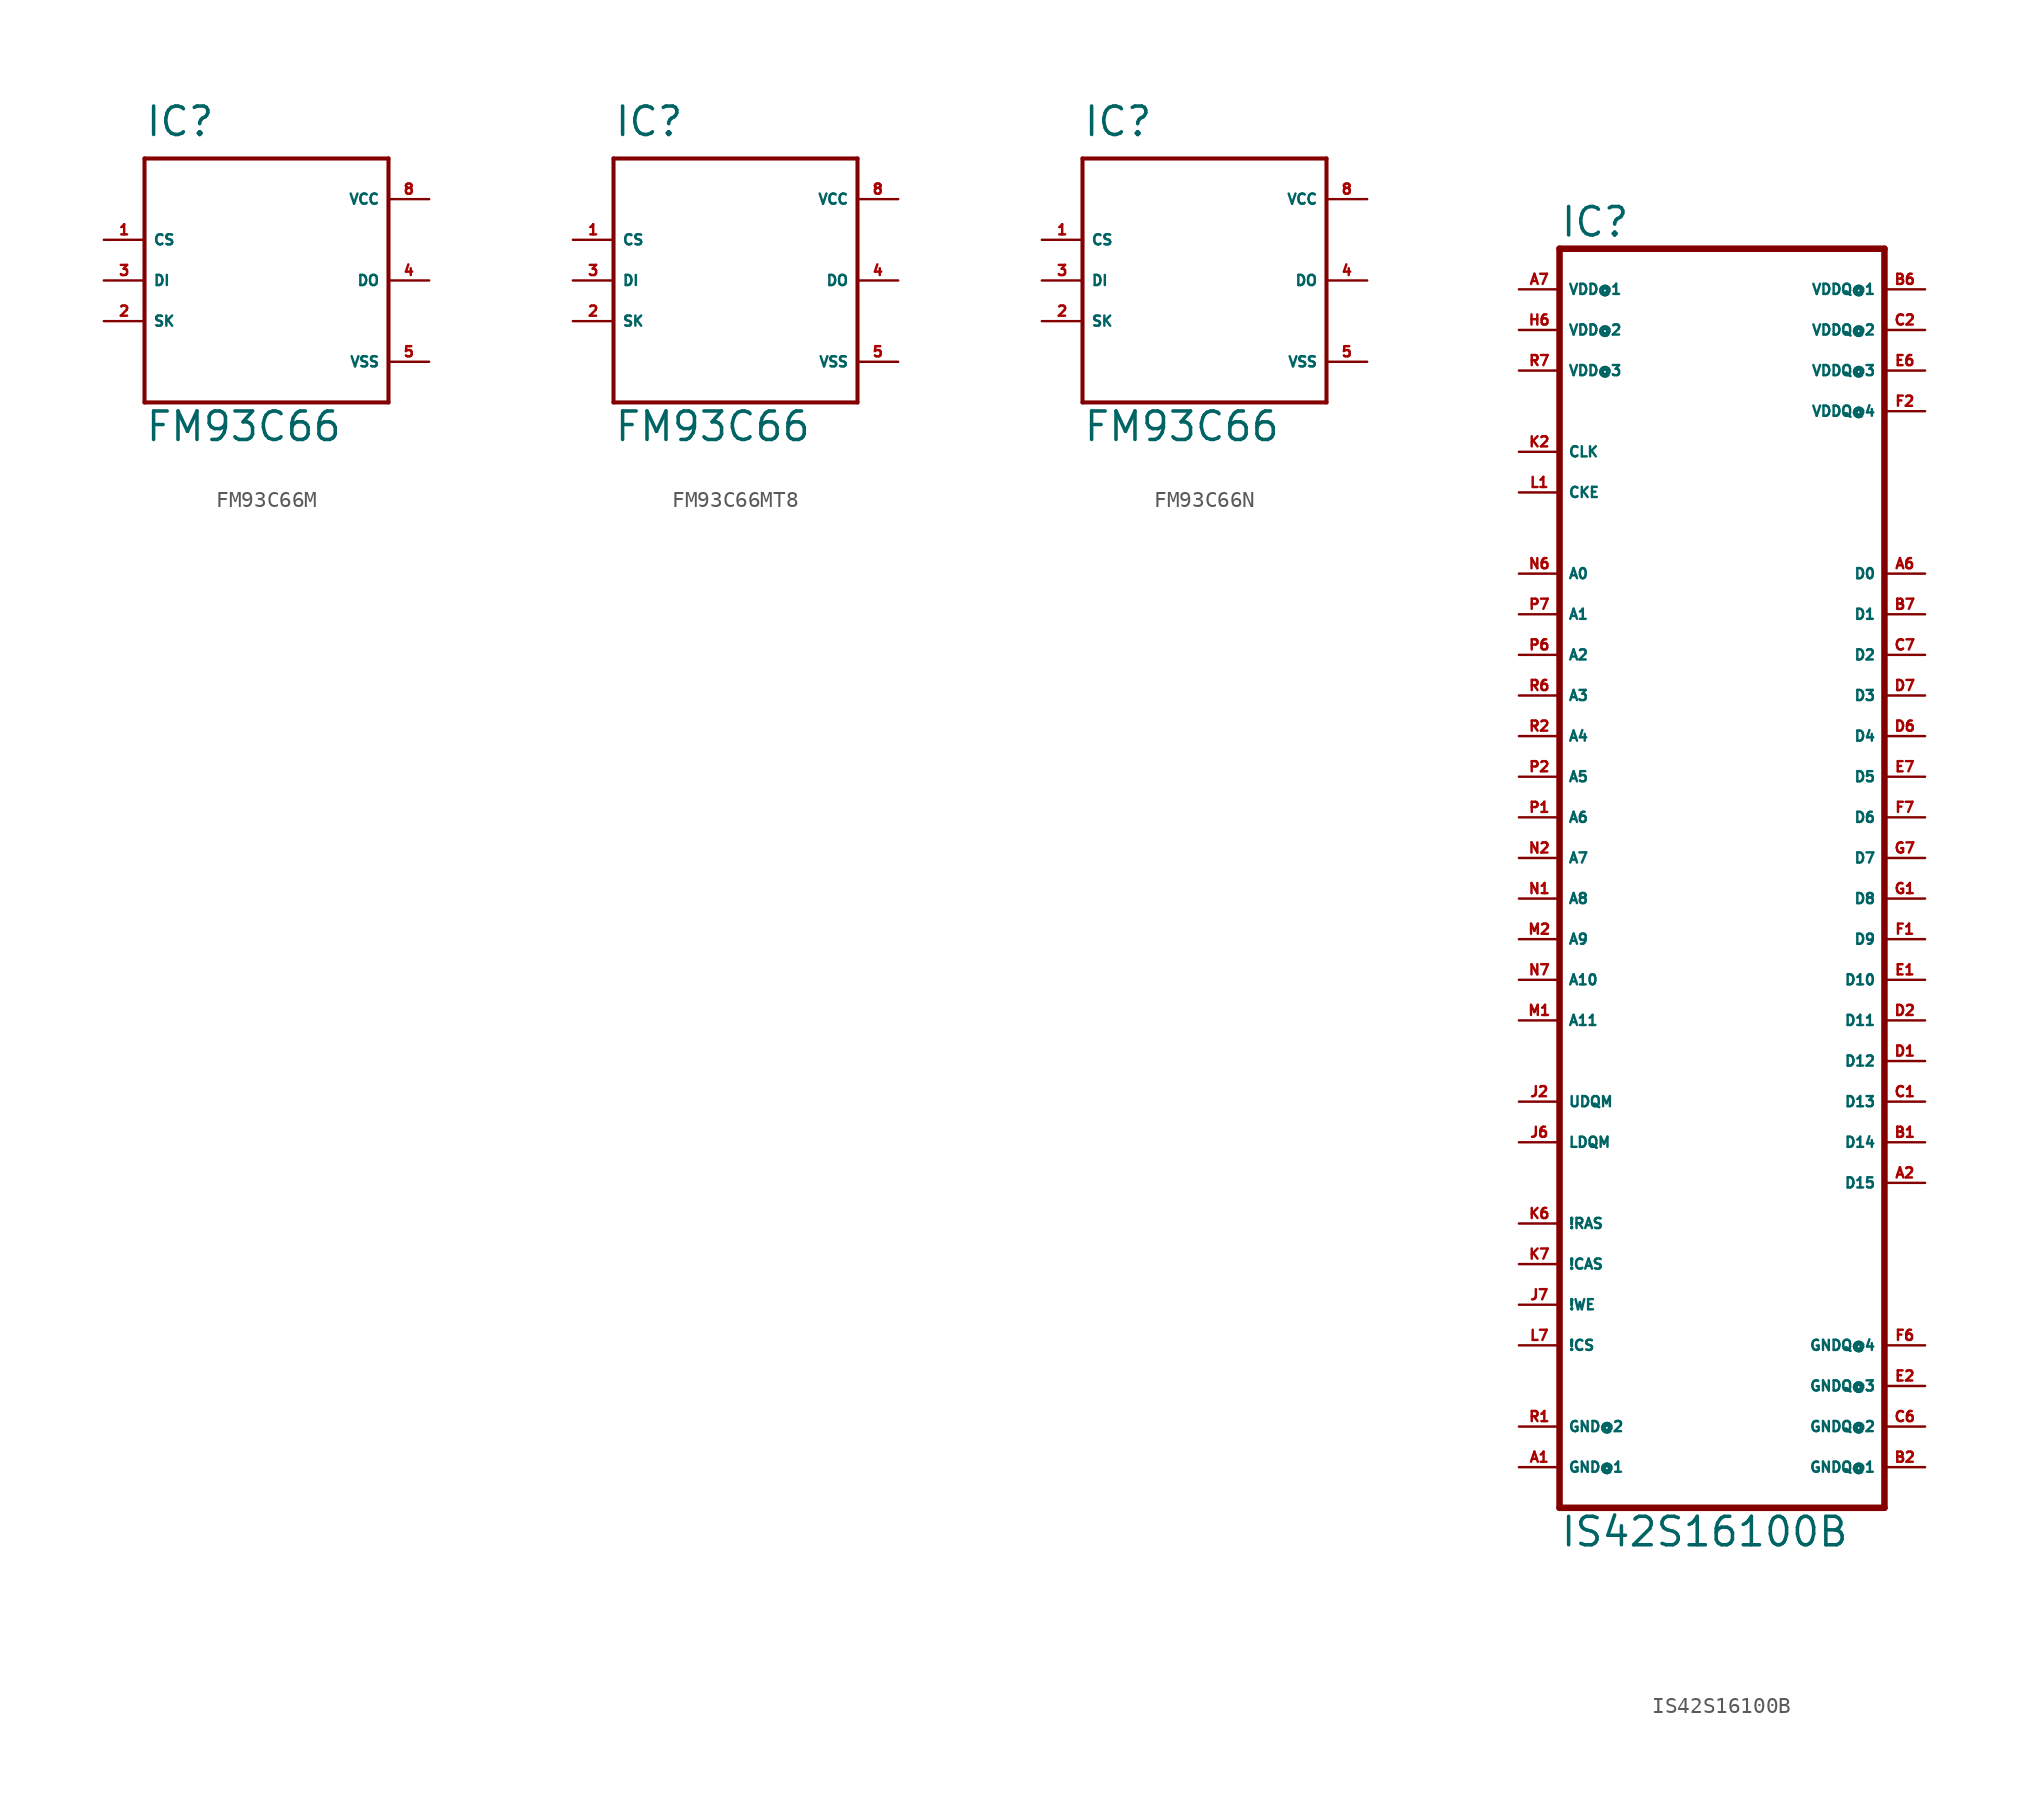
<source format=kicad_sym>
(kicad_symbol_lib
  (version 20220914)
  (generator Eagle2Kicad)
  (symbol "FM93C66M"
    (property "Reference" "IC"
      (at -7.62 8.89 0)
      (effects (font (size 1.778 1.778) (thickness 0.22)) (justify left bottom)))
    (property "Value" "FM93C66"
      (at -7.62 -10.16 0)
      (effects (font (size 1.778 1.778) (thickness 0.22)) (justify left bottom)))
    (polyline
      (pts (xy -7.62 7.62) (xy 7.62 7.62))
      (stroke (width 0.254) (type default))
      (fill (type none)))
    (polyline
      (pts (xy 7.62 7.62) (xy 7.62 -7.62))
      (stroke (width 0.254) (type default))
      (fill (type none)))
    (polyline
      (pts (xy 7.62 -7.62) (xy -7.62 -7.62))
      (stroke (width 0.254) (type default))
      (fill (type none)))
    (polyline
      (pts (xy -7.62 -7.62) (xy -7.62 7.62))
      (stroke (width 0.254) (type default))
      (fill (type none)))
    (pin unspecified line
      (at 10.16 5.08 180)
      (length 2.54)
      (name "VCC" (effects (font (size 0.635 0.635) (thickness 0.08)) (justify left bottom)))
      (number "8" (effects (font (size 0.635 0.635) (thickness 0.08)) (justify left bottom))))
    (pin unspecified line
      (at 10.16 -5.08 180)
      (length 2.54)
      (name "VSS" (effects (font (size 0.635 0.635) (thickness 0.08)) (justify left bottom)))
      (number "5" (effects (font (size 0.635 0.635) (thickness 0.08)) (justify left bottom))))
    (pin input line
      (at -10.16 2.54 0)
      (length 2.54)
      (name "CS" (effects (font (size 0.635 0.635) (thickness 0.08)) (justify left bottom)))
      (number "1" (effects (font (size 0.635 0.635) (thickness 0.08)) (justify left bottom))))
    (pin input line
      (at -10.16 -2.54 0)
      (length 2.54)
      (name "SK" (effects (font (size 0.635 0.635) (thickness 0.08)) (justify left bottom)))
      (number "2" (effects (font (size 0.635 0.635) (thickness 0.08)) (justify left bottom))))
    (pin input line
      (at -10.16 0 0)
      (length 2.54)
      (name "DI" (effects (font (size 0.635 0.635) (thickness 0.08)) (justify left bottom)))
      (number "3" (effects (font (size 0.635 0.635) (thickness 0.08)) (justify left bottom))))
    (pin tri_state line
      (at 10.16 0 180)
      (length 2.54)
      (name "DO" (effects (font (size 0.635 0.635) (thickness 0.08)) (justify left bottom)))
      (number "4" (effects (font (size 0.635 0.635) (thickness 0.08)) (justify left bottom)))))
  (symbol "FM93C66MT8"
    (property "Reference" "IC"
      (at -7.62 8.89 0)
      (effects (font (size 1.778 1.778) (thickness 0.22)) (justify left bottom)))
    (property "Value" "FM93C66"
      (at -7.62 -10.16 0)
      (effects (font (size 1.778 1.778) (thickness 0.22)) (justify left bottom)))
    (polyline
      (pts (xy -7.62 7.62) (xy 7.62 7.62))
      (stroke (width 0.254) (type default))
      (fill (type none)))
    (polyline
      (pts (xy 7.62 7.62) (xy 7.62 -7.62))
      (stroke (width 0.254) (type default))
      (fill (type none)))
    (polyline
      (pts (xy 7.62 -7.62) (xy -7.62 -7.62))
      (stroke (width 0.254) (type default))
      (fill (type none)))
    (polyline
      (pts (xy -7.62 -7.62) (xy -7.62 7.62))
      (stroke (width 0.254) (type default))
      (fill (type none)))
    (pin unspecified line
      (at 10.16 5.08 180)
      (length 2.54)
      (name "VCC" (effects (font (size 0.635 0.635) (thickness 0.08)) (justify left bottom)))
      (number "8" (effects (font (size 0.635 0.635) (thickness 0.08)) (justify left bottom))))
    (pin unspecified line
      (at 10.16 -5.08 180)
      (length 2.54)
      (name "VSS" (effects (font (size 0.635 0.635) (thickness 0.08)) (justify left bottom)))
      (number "5" (effects (font (size 0.635 0.635) (thickness 0.08)) (justify left bottom))))
    (pin input line
      (at -10.16 2.54 0)
      (length 2.54)
      (name "CS" (effects (font (size 0.635 0.635) (thickness 0.08)) (justify left bottom)))
      (number "1" (effects (font (size 0.635 0.635) (thickness 0.08)) (justify left bottom))))
    (pin input line
      (at -10.16 -2.54 0)
      (length 2.54)
      (name "SK" (effects (font (size 0.635 0.635) (thickness 0.08)) (justify left bottom)))
      (number "2" (effects (font (size 0.635 0.635) (thickness 0.08)) (justify left bottom))))
    (pin input line
      (at -10.16 0 0)
      (length 2.54)
      (name "DI" (effects (font (size 0.635 0.635) (thickness 0.08)) (justify left bottom)))
      (number "3" (effects (font (size 0.635 0.635) (thickness 0.08)) (justify left bottom))))
    (pin tri_state line
      (at 10.16 0 180)
      (length 2.54)
      (name "DO" (effects (font (size 0.635 0.635) (thickness 0.08)) (justify left bottom)))
      (number "4" (effects (font (size 0.635 0.635) (thickness 0.08)) (justify left bottom)))))
  (symbol "FM93C66N"
    (property "Reference" "IC"
      (at -7.62 8.89 0)
      (effects (font (size 1.778 1.778) (thickness 0.22)) (justify left bottom)))
    (property "Value" "FM93C66"
      (at -7.62 -10.16 0)
      (effects (font (size 1.778 1.778) (thickness 0.22)) (justify left bottom)))
    (polyline
      (pts (xy -7.62 7.62) (xy 7.62 7.62))
      (stroke (width 0.254) (type default))
      (fill (type none)))
    (polyline
      (pts (xy 7.62 7.62) (xy 7.62 -7.62))
      (stroke (width 0.254) (type default))
      (fill (type none)))
    (polyline
      (pts (xy 7.62 -7.62) (xy -7.62 -7.62))
      (stroke (width 0.254) (type default))
      (fill (type none)))
    (polyline
      (pts (xy -7.62 -7.62) (xy -7.62 7.62))
      (stroke (width 0.254) (type default))
      (fill (type none)))
    (pin unspecified line
      (at 10.16 5.08 180)
      (length 2.54)
      (name "VCC" (effects (font (size 0.635 0.635) (thickness 0.08)) (justify left bottom)))
      (number "8" (effects (font (size 0.635 0.635) (thickness 0.08)) (justify left bottom))))
    (pin unspecified line
      (at 10.16 -5.08 180)
      (length 2.54)
      (name "VSS" (effects (font (size 0.635 0.635) (thickness 0.08)) (justify left bottom)))
      (number "5" (effects (font (size 0.635 0.635) (thickness 0.08)) (justify left bottom))))
    (pin input line
      (at -10.16 2.54 0)
      (length 2.54)
      (name "CS" (effects (font (size 0.635 0.635) (thickness 0.08)) (justify left bottom)))
      (number "1" (effects (font (size 0.635 0.635) (thickness 0.08)) (justify left bottom))))
    (pin input line
      (at -10.16 -2.54 0)
      (length 2.54)
      (name "SK" (effects (font (size 0.635 0.635) (thickness 0.08)) (justify left bottom)))
      (number "2" (effects (font (size 0.635 0.635) (thickness 0.08)) (justify left bottom))))
    (pin input line
      (at -10.16 0 0)
      (length 2.54)
      (name "DI" (effects (font (size 0.635 0.635) (thickness 0.08)) (justify left bottom)))
      (number "3" (effects (font (size 0.635 0.635) (thickness 0.08)) (justify left bottom))))
    (pin tri_state line
      (at 10.16 0 180)
      (length 2.54)
      (name "DO" (effects (font (size 0.635 0.635) (thickness 0.08)) (justify left bottom)))
      (number "4" (effects (font (size 0.635 0.635) (thickness 0.08)) (justify left bottom)))))
  (symbol "IS42S16100B"
    (property "Reference" "IC"
      (at -10.16 41.275 0)
      (effects (font (size 1.778 1.778) (thickness 0.22)) (justify left bottom)))
    (property "Value" "IS42S16100B"
      (at -10.16 -40.64 0)
      (effects (font (size 1.778 1.778) (thickness 0.22)) (justify left bottom)))
    (polyline
      (pts (xy -10.16 -38.1) (xy 10.16 -38.1))
      (stroke (width 0.406) (type default))
      (fill (type none)))
    (polyline
      (pts (xy 10.16 -38.1) (xy 10.16 40.64))
      (stroke (width 0.406) (type default))
      (fill (type none)))
    (polyline
      (pts (xy 10.16 40.64) (xy -10.16 40.64))
      (stroke (width 0.406) (type default))
      (fill (type none)))
    (polyline
      (pts (xy -10.16 40.64) (xy -10.16 -38.1))
      (stroke (width 0.406) (type default))
      (fill (type none)))
    (pin input line
      (at -12.7 2.54 0)
      (length 2.54)
      (name "A7" (effects (font (size 0.635 0.635) (thickness 0.08)) (justify left bottom)))
      (number "N2" (effects (font (size 0.635 0.635) (thickness 0.08)) (justify left bottom))))
    (pin input line
      (at -12.7 5.08 0)
      (length 2.54)
      (name "A6" (effects (font (size 0.635 0.635) (thickness 0.08)) (justify left bottom)))
      (number "P1" (effects (font (size 0.635 0.635) (thickness 0.08)) (justify left bottom))))
    (pin input line
      (at -12.7 7.62 0)
      (length 2.54)
      (name "A5" (effects (font (size 0.635 0.635) (thickness 0.08)) (justify left bottom)))
      (number "P2" (effects (font (size 0.635 0.635) (thickness 0.08)) (justify left bottom))))
    (pin input line
      (at -12.7 10.16 0)
      (length 2.54)
      (name "A4" (effects (font (size 0.635 0.635) (thickness 0.08)) (justify left bottom)))
      (number "R2" (effects (font (size 0.635 0.635) (thickness 0.08)) (justify left bottom))))
    (pin input line
      (at -12.7 12.7 0)
      (length 2.54)
      (name "A3" (effects (font (size 0.635 0.635) (thickness 0.08)) (justify left bottom)))
      (number "R6" (effects (font (size 0.635 0.635) (thickness 0.08)) (justify left bottom))))
    (pin input line
      (at -12.7 15.24 0)
      (length 2.54)
      (name "A2" (effects (font (size 0.635 0.635) (thickness 0.08)) (justify left bottom)))
      (number "P6" (effects (font (size 0.635 0.635) (thickness 0.08)) (justify left bottom))))
    (pin input line
      (at -12.7 17.78 0)
      (length 2.54)
      (name "A1" (effects (font (size 0.635 0.635) (thickness 0.08)) (justify left bottom)))
      (number "P7" (effects (font (size 0.635 0.635) (thickness 0.08)) (justify left bottom))))
    (pin input line
      (at -12.7 20.32 0)
      (length 2.54)
      (name "A0" (effects (font (size 0.635 0.635) (thickness 0.08)) (justify left bottom)))
      (number "N6" (effects (font (size 0.635 0.635) (thickness 0.08)) (justify left bottom))))
    (pin bidirectional line
      (at 12.7 20.32 180)
      (length 2.54)
      (name "D0" (effects (font (size 0.635 0.635) (thickness 0.08)) (justify left bottom)))
      (number "A6" (effects (font (size 0.635 0.635) (thickness 0.08)) (justify left bottom))))
    (pin bidirectional line
      (at 12.7 17.78 180)
      (length 2.54)
      (name "D1" (effects (font (size 0.635 0.635) (thickness 0.08)) (justify left bottom)))
      (number "B7" (effects (font (size 0.635 0.635) (thickness 0.08)) (justify left bottom))))
    (pin bidirectional line
      (at 12.7 15.24 180)
      (length 2.54)
      (name "D2" (effects (font (size 0.635 0.635) (thickness 0.08)) (justify left bottom)))
      (number "C7" (effects (font (size 0.635 0.635) (thickness 0.08)) (justify left bottom))))
    (pin bidirectional line
      (at 12.7 12.7 180)
      (length 2.54)
      (name "D3" (effects (font (size 0.635 0.635) (thickness 0.08)) (justify left bottom)))
      (number "D7" (effects (font (size 0.635 0.635) (thickness 0.08)) (justify left bottom))))
    (pin bidirectional line
      (at 12.7 10.16 180)
      (length 2.54)
      (name "D4" (effects (font (size 0.635 0.635) (thickness 0.08)) (justify left bottom)))
      (number "D6" (effects (font (size 0.635 0.635) (thickness 0.08)) (justify left bottom))))
    (pin bidirectional line
      (at 12.7 7.62 180)
      (length 2.54)
      (name "D5" (effects (font (size 0.635 0.635) (thickness 0.08)) (justify left bottom)))
      (number "E7" (effects (font (size 0.635 0.635) (thickness 0.08)) (justify left bottom))))
    (pin bidirectional line
      (at 12.7 5.08 180)
      (length 2.54)
      (name "D6" (effects (font (size 0.635 0.635) (thickness 0.08)) (justify left bottom)))
      (number "F7" (effects (font (size 0.635 0.635) (thickness 0.08)) (justify left bottom))))
    (pin bidirectional line
      (at 12.7 2.54 180)
      (length 2.54)
      (name "D7" (effects (font (size 0.635 0.635) (thickness 0.08)) (justify left bottom)))
      (number "G7" (effects (font (size 0.635 0.635) (thickness 0.08)) (justify left bottom))))
    (pin input line
      (at -12.7 -27.94 0)
      (length 2.54)
      (name "!CS" (effects (font (size 0.635 0.635) (thickness 0.08)) (justify left bottom)))
      (number "L7" (effects (font (size 0.635 0.635) (thickness 0.08)) (justify left bottom))))
    (pin input line
      (at -12.7 -5.08 0)
      (length 2.54)
      (name "A10" (effects (font (size 0.635 0.635) (thickness 0.08)) (justify left bottom)))
      (number "N7" (effects (font (size 0.635 0.635) (thickness 0.08)) (justify left bottom))))
    (pin input line
      (at -12.7 -20.32 0)
      (length 2.54)
      (name "!RAS" (effects (font (size 0.635 0.635) (thickness 0.08)) (justify left bottom)))
      (number "K6" (effects (font (size 0.635 0.635) (thickness 0.08)) (justify left bottom))))
    (pin input line
      (at -12.7 -25.4 0)
      (length 2.54)
      (name "!WE" (effects (font (size 0.635 0.635) (thickness 0.08)) (justify left bottom)))
      (number "J7" (effects (font (size 0.635 0.635) (thickness 0.08)) (justify left bottom))))
    (pin input line
      (at -12.7 -2.54 0)
      (length 2.54)
      (name "A9" (effects (font (size 0.635 0.635) (thickness 0.08)) (justify left bottom)))
      (number "M2" (effects (font (size 0.635 0.635) (thickness 0.08)) (justify left bottom))))
    (pin input line
      (at -12.7 0 0)
      (length 2.54)
      (name "A8" (effects (font (size 0.635 0.635) (thickness 0.08)) (justify left bottom)))
      (number "N1" (effects (font (size 0.635 0.635) (thickness 0.08)) (justify left bottom))))
    (pin input line
      (at -12.7 -7.62 0)
      (length 2.54)
      (name "A11" (effects (font (size 0.635 0.635) (thickness 0.08)) (justify left bottom)))
      (number "M1" (effects (font (size 0.635 0.635) (thickness 0.08)) (justify left bottom))))
    (pin input line
      (at -12.7 -12.7 0)
      (length 2.54)
      (name "UDQM" (effects (font (size 0.635 0.635) (thickness 0.08)) (justify left bottom)))
      (number "J2" (effects (font (size 0.635 0.635) (thickness 0.08)) (justify left bottom))))
    (pin input line
      (at -12.7 -15.24 0)
      (length 2.54)
      (name "LDQM" (effects (font (size 0.635 0.635) (thickness 0.08)) (justify left bottom)))
      (number "J6" (effects (font (size 0.635 0.635) (thickness 0.08)) (justify left bottom))))
    (pin input line
      (at -12.7 -22.86 0)
      (length 2.54)
      (name "!CAS" (effects (font (size 0.635 0.635) (thickness 0.08)) (justify left bottom)))
      (number "K7" (effects (font (size 0.635 0.635) (thickness 0.08)) (justify left bottom))))
    (pin input line
      (at -12.7 25.4 0)
      (length 2.54)
      (name "CKE" (effects (font (size 0.635 0.635) (thickness 0.08)) (justify left bottom)))
      (number "L1" (effects (font (size 0.635 0.635) (thickness 0.08)) (justify left bottom))))
    (pin input line
      (at -12.7 27.94 0)
      (length 2.54)
      (name "CLK" (effects (font (size 0.635 0.635) (thickness 0.08)) (justify left bottom)))
      (number "K2" (effects (font (size 0.635 0.635) (thickness 0.08)) (justify left bottom))))
    (pin bidirectional line
      (at 12.7 0 180)
      (length 2.54)
      (name "D8" (effects (font (size 0.635 0.635) (thickness 0.08)) (justify left bottom)))
      (number "G1" (effects (font (size 0.635 0.635) (thickness 0.08)) (justify left bottom))))
    (pin bidirectional line
      (at 12.7 -2.54 180)
      (length 2.54)
      (name "D9" (effects (font (size 0.635 0.635) (thickness 0.08)) (justify left bottom)))
      (number "F1" (effects (font (size 0.635 0.635) (thickness 0.08)) (justify left bottom))))
    (pin bidirectional line
      (at 12.7 -5.08 180)
      (length 2.54)
      (name "D10" (effects (font (size 0.635 0.635) (thickness 0.08)) (justify left bottom)))
      (number "E1" (effects (font (size 0.635 0.635) (thickness 0.08)) (justify left bottom))))
    (pin bidirectional line
      (at 12.7 -7.62 180)
      (length 2.54)
      (name "D11" (effects (font (size 0.635 0.635) (thickness 0.08)) (justify left bottom)))
      (number "D2" (effects (font (size 0.635 0.635) (thickness 0.08)) (justify left bottom))))
    (pin bidirectional line
      (at 12.7 -10.16 180)
      (length 2.54)
      (name "D12" (effects (font (size 0.635 0.635) (thickness 0.08)) (justify left bottom)))
      (number "D1" (effects (font (size 0.635 0.635) (thickness 0.08)) (justify left bottom))))
    (pin bidirectional line
      (at 12.7 -12.7 180)
      (length 2.54)
      (name "D13" (effects (font (size 0.635 0.635) (thickness 0.08)) (justify left bottom)))
      (number "C1" (effects (font (size 0.635 0.635) (thickness 0.08)) (justify left bottom))))
    (pin bidirectional line
      (at 12.7 -15.24 180)
      (length 2.54)
      (name "D14" (effects (font (size 0.635 0.635) (thickness 0.08)) (justify left bottom)))
      (number "B1" (effects (font (size 0.635 0.635) (thickness 0.08)) (justify left bottom))))
    (pin bidirectional line
      (at 12.7 -17.78 180)
      (length 2.54)
      (name "D15" (effects (font (size 0.635 0.635) (thickness 0.08)) (justify left bottom)))
      (number "A2" (effects (font (size 0.635 0.635) (thickness 0.08)) (justify left bottom))))
    (pin unspecified line
      (at -12.7 38.1 0)
      (length 2.54)
      (name "VDD@1" (effects (font (size 0.635 0.635) (thickness 0.08)) (justify left bottom)))
      (number "A7" (effects (font (size 0.635 0.635) (thickness 0.08)) (justify left bottom))))
    (pin unspecified line
      (at -12.7 -35.56 0)
      (length 2.54)
      (name "GND@1" (effects (font (size 0.635 0.635) (thickness 0.08)) (justify left bottom)))
      (number "A1" (effects (font (size 0.635 0.635) (thickness 0.08)) (justify left bottom))))
    (pin unspecified line
      (at 12.7 38.1 180)
      (length 2.54)
      (name "VDDQ@1" (effects (font (size 0.635 0.635) (thickness 0.08)) (justify left bottom)))
      (number "B6" (effects (font (size 0.635 0.635) (thickness 0.08)) (justify left bottom))))
    (pin unspecified line
      (at 12.7 -35.56 180)
      (length 2.54)
      (name "GNDQ@1" (effects (font (size 0.635 0.635) (thickness 0.08)) (justify left bottom)))
      (number "B2" (effects (font (size 0.635 0.635) (thickness 0.08)) (justify left bottom))))
    (pin unspecified line
      (at 12.7 -33.02 180)
      (length 2.54)
      (name "GNDQ@2" (effects (font (size 0.635 0.635) (thickness 0.08)) (justify left bottom)))
      (number "C6" (effects (font (size 0.635 0.635) (thickness 0.08)) (justify left bottom))))
    (pin unspecified line
      (at 12.7 -30.48 180)
      (length 2.54)
      (name "GNDQ@3" (effects (font (size 0.635 0.635) (thickness 0.08)) (justify left bottom)))
      (number "E2" (effects (font (size 0.635 0.635) (thickness 0.08)) (justify left bottom))))
    (pin unspecified line
      (at 12.7 -27.94 180)
      (length 2.54)
      (name "GNDQ@4" (effects (font (size 0.635 0.635) (thickness 0.08)) (justify left bottom)))
      (number "F6" (effects (font (size 0.635 0.635) (thickness 0.08)) (justify left bottom))))
    (pin unspecified line
      (at 12.7 35.56 180)
      (length 2.54)
      (name "VDDQ@2" (effects (font (size 0.635 0.635) (thickness 0.08)) (justify left bottom)))
      (number "C2" (effects (font (size 0.635 0.635) (thickness 0.08)) (justify left bottom))))
    (pin unspecified line
      (at 12.7 33.02 180)
      (length 2.54)
      (name "VDDQ@3" (effects (font (size 0.635 0.635) (thickness 0.08)) (justify left bottom)))
      (number "E6" (effects (font (size 0.635 0.635) (thickness 0.08)) (justify left bottom))))
    (pin unspecified line
      (at 12.7 30.48 180)
      (length 2.54)
      (name "VDDQ@4" (effects (font (size 0.635 0.635) (thickness 0.08)) (justify left bottom)))
      (number "F2" (effects (font (size 0.635 0.635) (thickness 0.08)) (justify left bottom))))
    (pin unspecified line
      (at -12.7 -33.02 0)
      (length 2.54)
      (name "GND@2" (effects (font (size 0.635 0.635) (thickness 0.08)) (justify left bottom)))
      (number "R1" (effects (font (size 0.635 0.635) (thickness 0.08)) (justify left bottom))))
    (pin unspecified line
      (at -12.7 35.56 0)
      (length 2.54)
      (name "VDD@2" (effects (font (size 0.635 0.635) (thickness 0.08)) (justify left bottom)))
      (number "H6" (effects (font (size 0.635 0.635) (thickness 0.08)) (justify left bottom))))
    (pin unspecified line
      (at -12.7 33.02 0)
      (length 2.54)
      (name "VDD@3" (effects (font (size 0.635 0.635) (thickness 0.08)) (justify left bottom)))
      (number "R7" (effects (font (size 0.635 0.635) (thickness 0.08)) (justify left bottom))))))
</source>
